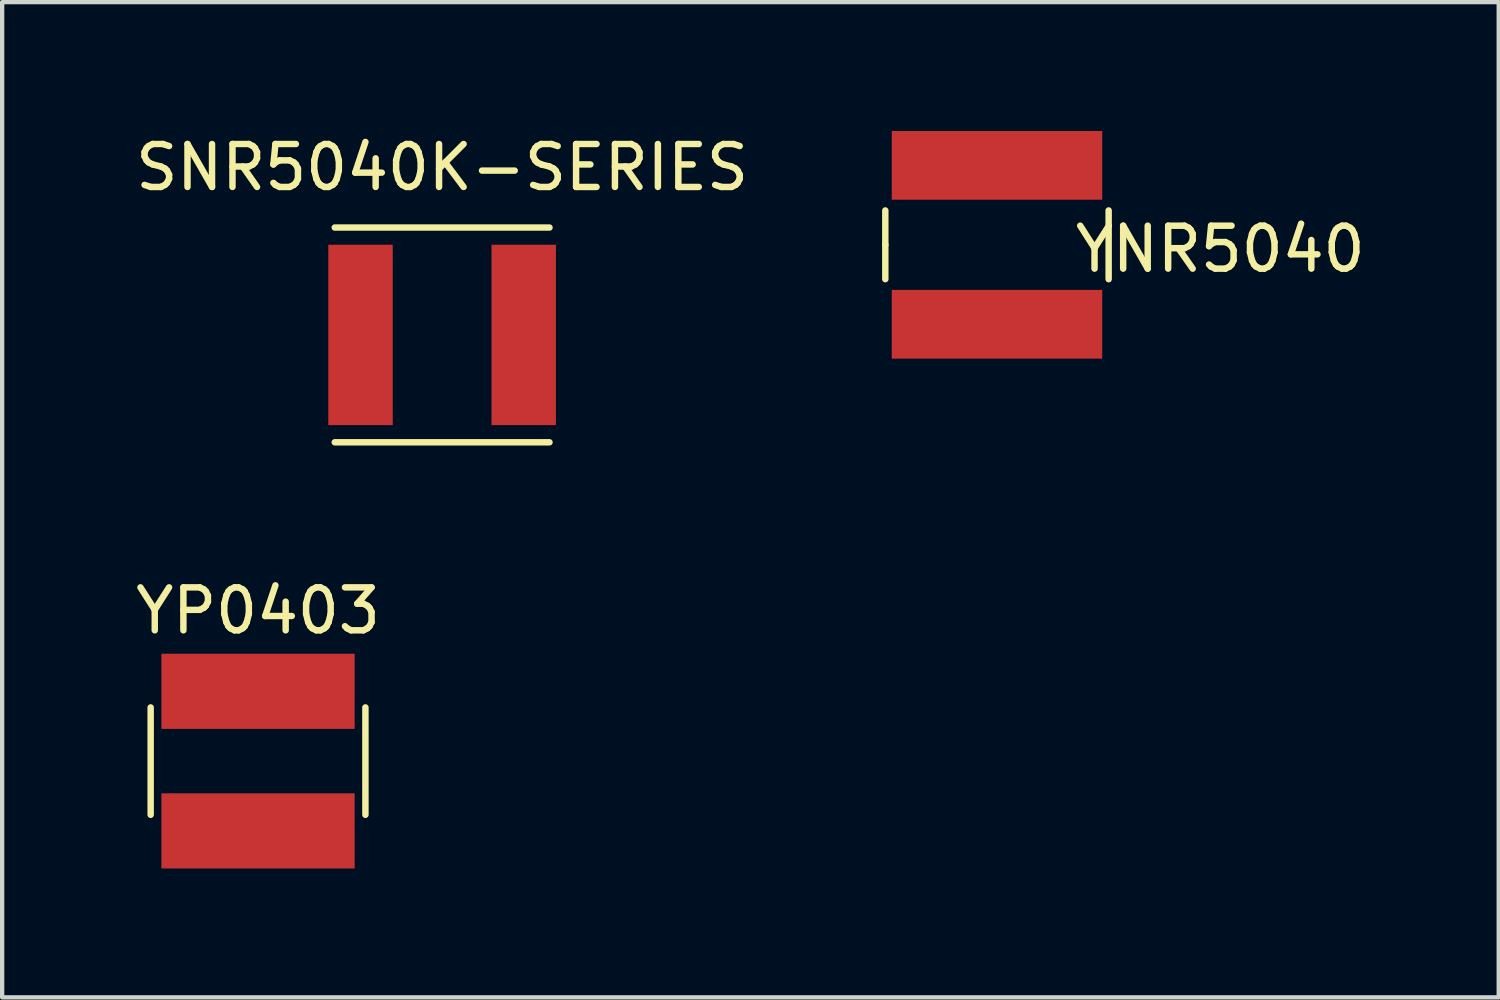
<source format=kicad_pcb>
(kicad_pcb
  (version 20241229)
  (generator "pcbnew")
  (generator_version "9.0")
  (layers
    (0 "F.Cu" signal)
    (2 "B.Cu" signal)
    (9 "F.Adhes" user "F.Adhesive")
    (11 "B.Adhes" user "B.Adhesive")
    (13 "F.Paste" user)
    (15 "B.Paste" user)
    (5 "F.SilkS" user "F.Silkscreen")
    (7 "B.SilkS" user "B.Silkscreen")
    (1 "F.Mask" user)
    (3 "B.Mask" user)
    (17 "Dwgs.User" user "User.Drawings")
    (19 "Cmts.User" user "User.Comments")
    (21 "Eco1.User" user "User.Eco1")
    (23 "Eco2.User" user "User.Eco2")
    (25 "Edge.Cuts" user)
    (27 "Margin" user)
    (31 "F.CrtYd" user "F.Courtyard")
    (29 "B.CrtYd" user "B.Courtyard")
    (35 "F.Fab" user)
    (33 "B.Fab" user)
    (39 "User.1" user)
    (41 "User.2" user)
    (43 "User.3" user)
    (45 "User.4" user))
  (footprint "SNR5040K-SERIES"
    (layer "F.Cu")
    (at 7.244 4.748)
    (property "Reference" "SNR5040K-SERIES" (at 0 -3.9 0) (layer "F.SilkS") (effects (font (size 1 1) (thickness 0.15))))
    (attr through_hole)
    (fp_line (start -2.5 -2.5) (end 2.5 -2.5) (stroke (width 0.15) (type solid)) (layer "F.SilkS"))
    (fp_line (start 2.5 2.5) (end -2.5 2.5) (stroke (width 0.15) (type solid)) (layer "F.SilkS"))
    (pad "1" smd rect (at -1.9 0) (size 1.5 4.2) (layers "F.Cu" "F.Mask" "F.Paste"))
    (pad "2" smd rect (at 1.9 0) (size 1.5 4.2) (layers "F.Cu" "F.Mask" "F.Paste")))
  (footprint "YP0403"
    (layer "F.Cu")
    (at 2.958 14.671)
    (property "Reference" "YP0403" (at 0 -3.5 0) (layer "F.SilkS") (effects (font (size 1 1) (thickness 0.15))))
    (attr through_hole)
    (fp_line (start -2.5 1.25) (end -2.5 -1.25) (stroke (width 0.15) (type solid)) (layer "F.SilkS"))
    (fp_line (start 2.5 1.25) (end 2.5 -1.25) (stroke (width 0.15) (type solid)) (layer "F.SilkS"))
    (pad "1" smd rect (at 0 1.625) (size 4.5 1.75) (layers "F.Cu" "F.Mask" "F.Paste"))
    (pad "2" smd rect (at 0 -1.625) (size 4.5 1.75) (layers "F.Cu" "F.Mask" "F.Paste")))
  (footprint "YNR5040"
    (layer "F.Cu")
    (at 20.163 2.65)
    (property "Reference" "YNR5040" (at 5.2 0.1 0) (layer "F.SilkS") (effects (font (size 1 1) (thickness 0.15))))
    (attr through_hole)
    (fp_line (start -2.6 0) (end -2.6 -0.8) (stroke (width 0.15) (type solid)) (layer "F.SilkS"))
    (fp_line (start -2.6 0) (end -2.6 0.8) (stroke (width 0.15) (type solid)) (layer "F.SilkS"))
    (fp_line (start 2.6 0.8) (end 2.6 -0.8) (stroke (width 0.15) (type solid)) (layer "F.SilkS"))
    (pad "1" smd rect (at 0 1.85) (size 4.9 1.6) (layers "F.Cu" "F.Mask" "F.Paste"))
    (pad "2" smd rect (at 0 -1.85) (size 4.9 1.6) (layers "F.Cu" "F.Mask" "F.Paste")))
  (gr_rect
    (start -3 -3)
    (end 31.845 20.172)
    (stroke (width 0.1) (type default))
    (fill no)
    (layer "Edge.Cuts")))
</source>
